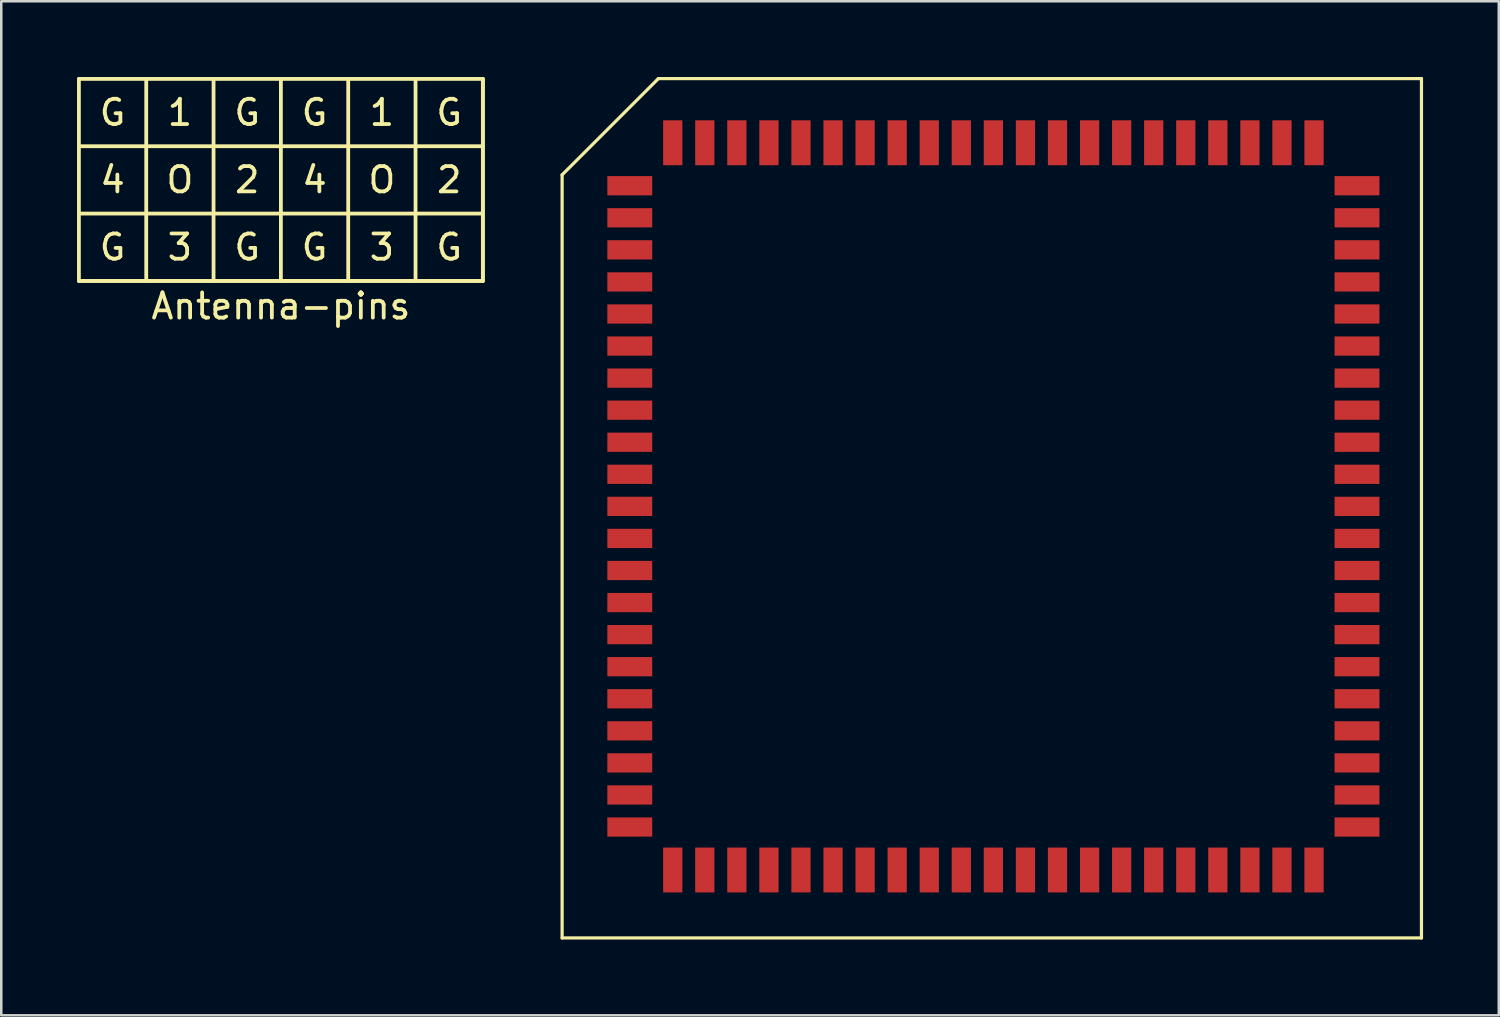
<source format=kicad_pcb>
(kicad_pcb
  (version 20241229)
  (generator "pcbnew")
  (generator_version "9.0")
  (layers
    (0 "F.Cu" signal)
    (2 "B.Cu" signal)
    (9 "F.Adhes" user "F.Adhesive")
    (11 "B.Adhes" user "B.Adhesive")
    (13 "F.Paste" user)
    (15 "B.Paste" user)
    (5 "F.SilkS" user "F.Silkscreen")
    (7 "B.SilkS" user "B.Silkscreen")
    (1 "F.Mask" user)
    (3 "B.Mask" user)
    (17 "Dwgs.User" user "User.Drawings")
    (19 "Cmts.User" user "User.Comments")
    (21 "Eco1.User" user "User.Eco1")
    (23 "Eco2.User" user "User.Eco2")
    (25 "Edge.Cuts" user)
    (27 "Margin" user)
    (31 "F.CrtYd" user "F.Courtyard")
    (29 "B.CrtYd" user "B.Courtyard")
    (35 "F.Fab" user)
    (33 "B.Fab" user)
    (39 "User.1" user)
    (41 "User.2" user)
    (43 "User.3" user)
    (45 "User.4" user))
  (footprint "JLCC84"
    (layer "F.Cu")
    (at 33.438 10.986)
    (property "Reference" "JLCC84" (at 0 0 0) (layer "Cmts.User") (effects (font (size 0.001 0.001) (thickness 0.000001))))
    (attr through_hole)
    (fp_line (start -14.224 -7.112) (end -10.414 -10.922) (stroke (width 0.127) (type solid)) (layer "F.SilkS"))
    (fp_line (start -14.224 23.114) (end -14.224 -7.112) (stroke (width 0.127) (type solid)) (layer "F.SilkS"))
    (fp_line (start -10.414 -10.922) (end 19.812 -10.922) (stroke (width 0.127) (type solid)) (layer "F.SilkS"))
    (fp_line (start 19.812 -10.922) (end 19.812 23.114) (stroke (width 0.127) (type solid)) (layer "F.SilkS"))
    (fp_line (start 19.812 23.114) (end -14.224 23.114) (stroke (width 0.127) (type solid)) (layer "F.SilkS"))
    (fp_text user "JLCC84" (at 0 0 0) (layer "Eco1.User") (effects (font (size 1.27 1.27) (thickness 0.102))))
    (pad "1" smd rect (at -11.544 6.02 90) (size 0.762 1.778) (layers "F.Cu" "F.Mask" "F.Paste"))
    (pad "2" smd rect (at -11.544 7.29 90) (size 0.762 1.778) (layers "F.Cu" "F.Mask" "F.Paste"))
    (pad "3" smd rect (at -11.544 8.56 90) (size 0.762 1.778) (layers "F.Cu" "F.Mask" "F.Paste"))
    (pad "4" smd rect (at -11.544 9.83 90) (size 0.762 1.778) (layers "F.Cu" "F.Mask" "F.Paste"))
    (pad "5" smd rect (at -11.544 11.1 90) (size 0.762 1.778) (layers "F.Cu" "F.Mask" "F.Paste"))
    (pad "6" smd rect (at -11.544 12.37 90) (size 0.762 1.778) (layers "F.Cu" "F.Mask" "F.Paste"))
    (pad "7" smd rect (at -11.544 13.64 90) (size 0.762 1.778) (layers "F.Cu" "F.Mask" "F.Paste"))
    (pad "8" smd rect (at -11.544 14.91 90) (size 0.762 1.778) (layers "F.Cu" "F.Mask" "F.Paste"))
    (pad "9" smd rect (at -11.544 16.18 90) (size 0.762 1.778) (layers "F.Cu" "F.Mask" "F.Paste"))
    (pad "10" smd rect (at -11.544 17.45 90) (size 0.762 1.778) (layers "F.Cu" "F.Mask" "F.Paste"))
    (pad "11" smd rect (at -11.544 18.72 90) (size 0.762 1.778) (layers "F.Cu" "F.Mask" "F.Paste"))
    (pad "12" smd rect (at -9.842 20.422 180) (size 0.762 1.778) (layers "F.Cu" "F.Mask" "F.Paste"))
    (pad "13" smd rect (at -8.572 20.422 180) (size 0.762 1.778) (layers "F.Cu" "F.Mask" "F.Paste"))
    (pad "14" smd rect (at -7.303 20.422 180) (size 0.762 1.778) (layers "F.Cu" "F.Mask" "F.Paste"))
    (pad "15" smd rect (at -6.032 20.422 180) (size 0.762 1.778) (layers "F.Cu" "F.Mask" "F.Paste"))
    (pad "16" smd rect (at -4.763 20.422 180) (size 0.762 1.778) (layers "F.Cu" "F.Mask" "F.Paste"))
    (pad "17" smd rect (at -3.493 20.422 180) (size 0.762 1.778) (layers "F.Cu" "F.Mask" "F.Paste"))
    (pad "18" smd rect (at -2.223 20.422 180) (size 0.762 1.778) (layers "F.Cu" "F.Mask" "F.Paste"))
    (pad "19" smd rect (at -0.953 20.422 180) (size 0.762 1.778) (layers "F.Cu" "F.Mask" "F.Paste"))
    (pad "20" smd rect (at 0.318 20.422 180) (size 0.762 1.778) (layers "F.Cu" "F.Mask" "F.Paste"))
    (pad "21" smd rect (at 1.587 20.422 180) (size 0.762 1.778) (layers "F.Cu" "F.Mask" "F.Paste"))
    (pad "22" smd rect (at 2.857 20.422 180) (size 0.762 1.778) (layers "F.Cu" "F.Mask" "F.Paste"))
    (pad "23" smd rect (at 4.128 20.422 180) (size 0.762 1.778) (layers "F.Cu" "F.Mask" "F.Paste"))
    (pad "24" smd rect (at 5.397 20.422 180) (size 0.762 1.778) (layers "F.Cu" "F.Mask" "F.Paste"))
    (pad "25" smd rect (at 6.668 20.422 180) (size 0.762 1.778) (layers "F.Cu" "F.Mask" "F.Paste"))
    (pad "26" smd rect (at 7.938 20.422 180) (size 0.762 1.778) (layers "F.Cu" "F.Mask" "F.Paste"))
    (pad "27" smd rect (at 9.207 20.422 180) (size 0.762 1.778) (layers "F.Cu" "F.Mask" "F.Paste"))
    (pad "28" smd rect (at 10.477 20.422 180) (size 0.762 1.778) (layers "F.Cu" "F.Mask" "F.Paste"))
    (pad "29" smd rect (at 11.748 20.422 180) (size 0.762 1.778) (layers "F.Cu" "F.Mask" "F.Paste"))
    (pad "30" smd rect (at 13.018 20.422 180) (size 0.762 1.778) (layers "F.Cu" "F.Mask" "F.Paste"))
    (pad "31" smd rect (at 14.287 20.422 180) (size 0.762 1.778) (layers "F.Cu" "F.Mask" "F.Paste"))
    (pad "32" smd rect (at 15.557 20.422 180) (size 0.762 1.778) (layers "F.Cu" "F.Mask" "F.Paste"))
    (pad "33" smd rect (at 17.259 18.72 90) (size 0.762 1.778) (layers "F.Cu" "F.Mask" "F.Paste"))
    (pad "34" smd rect (at 17.259 17.45 90) (size 0.762 1.778) (layers "F.Cu" "F.Mask" "F.Paste"))
    (pad "35" smd rect (at 17.259 16.18 90) (size 0.762 1.778) (layers "F.Cu" "F.Mask" "F.Paste"))
    (pad "36" smd rect (at 17.259 14.91 90) (size 0.762 1.778) (layers "F.Cu" "F.Mask" "F.Paste"))
    (pad "37" smd rect (at 17.259 13.64 90) (size 0.762 1.778) (layers "F.Cu" "F.Mask" "F.Paste"))
    (pad "38" smd rect (at 17.259 12.37 90) (size 0.762 1.778) (layers "F.Cu" "F.Mask" "F.Paste"))
    (pad "39" smd rect (at 17.259 11.1 90) (size 0.762 1.778) (layers "F.Cu" "F.Mask" "F.Paste"))
    (pad "40" smd rect (at 17.259 9.83 90) (size 0.762 1.778) (layers "F.Cu" "F.Mask" "F.Paste"))
    (pad "41" smd rect (at 17.259 8.56 90) (size 0.762 1.778) (layers "F.Cu" "F.Mask" "F.Paste"))
    (pad "42" smd rect (at 17.259 7.29 90) (size 0.762 1.778) (layers "F.Cu" "F.Mask" "F.Paste"))
    (pad "43" smd rect (at 17.259 6.02 90) (size 0.762 1.778) (layers "F.Cu" "F.Mask" "F.Paste"))
    (pad "44" smd rect (at 17.259 4.75 90) (size 0.762 1.778) (layers "F.Cu" "F.Mask" "F.Paste"))
    (pad "45" smd rect (at 17.259 3.48 90) (size 0.762 1.778) (layers "F.Cu" "F.Mask" "F.Paste"))
    (pad "46" smd rect (at 17.259 2.21 90) (size 0.762 1.778) (layers "F.Cu" "F.Mask" "F.Paste"))
    (pad "47" smd rect (at 17.259 0.94 90) (size 0.762 1.778) (layers "F.Cu" "F.Mask" "F.Paste"))
    (pad "48" smd rect (at 17.259 -0.33 90) (size 0.762 1.778) (layers "F.Cu" "F.Mask" "F.Paste"))
    (pad "49" smd rect (at 17.259 -1.6 90) (size 0.762 1.778) (layers "F.Cu" "F.Mask" "F.Paste"))
    (pad "50" smd rect (at 17.259 -2.87 90) (size 0.762 1.778) (layers "F.Cu" "F.Mask" "F.Paste"))
    (pad "51" smd rect (at 17.259 -4.14 90) (size 0.762 1.778) (layers "F.Cu" "F.Mask" "F.Paste"))
    (pad "52" smd rect (at 17.259 -5.41 90) (size 0.762 1.778) (layers "F.Cu" "F.Mask" "F.Paste"))
    (pad "53" smd rect (at 17.259 -6.68 90) (size 0.762 1.778) (layers "F.Cu" "F.Mask" "F.Paste"))
    (pad "54" smd rect (at 15.557 -8.382 180) (size 0.762 1.778) (layers "F.Cu" "F.Mask" "F.Paste"))
    (pad "55" smd rect (at 14.287 -8.382 180) (size 0.762 1.778) (layers "F.Cu" "F.Mask" "F.Paste"))
    (pad "56" smd rect (at 13.018 -8.382 180) (size 0.762 1.778) (layers "F.Cu" "F.Mask" "F.Paste"))
    (pad "57" smd rect (at 11.748 -8.382 180) (size 0.762 1.778) (layers "F.Cu" "F.Mask" "F.Paste"))
    (pad "58" smd rect (at 10.477 -8.382 180) (size 0.762 1.778) (layers "F.Cu" "F.Mask" "F.Paste"))
    (pad "59" smd rect (at 9.207 -8.382 180) (size 0.762 1.778) (layers "F.Cu" "F.Mask" "F.Paste"))
    (pad "60" smd rect (at 7.938 -8.382 180) (size 0.762 1.778) (layers "F.Cu" "F.Mask" "F.Paste"))
    (pad "61" smd rect (at 6.668 -8.382 180) (size 0.762 1.778) (layers "F.Cu" "F.Mask" "F.Paste"))
    (pad "62" smd rect (at 5.397 -8.382 180) (size 0.762 1.778) (layers "F.Cu" "F.Mask" "F.Paste"))
    (pad "63" smd rect (at 4.128 -8.382 180) (size 0.762 1.778) (layers "F.Cu" "F.Mask" "F.Paste"))
    (pad "64" smd rect (at 2.857 -8.382 180) (size 0.762 1.778) (layers "F.Cu" "F.Mask" "F.Paste"))
    (pad "65" smd rect (at 1.587 -8.382 180) (size 0.762 1.778) (layers "F.Cu" "F.Mask" "F.Paste"))
    (pad "66" smd rect (at 0.318 -8.382 180) (size 0.762 1.778) (layers "F.Cu" "F.Mask" "F.Paste"))
    (pad "67" smd rect (at -0.953 -8.382 180) (size 0.762 1.778) (layers "F.Cu" "F.Mask" "F.Paste"))
    (pad "68" smd rect (at -2.223 -8.382 180) (size 0.762 1.778) (layers "F.Cu" "F.Mask" "F.Paste"))
    (pad "69" smd rect (at -3.493 -8.382 180) (size 0.762 1.778) (layers "F.Cu" "F.Mask" "F.Paste"))
    (pad "70" smd rect (at -4.763 -8.382 180) (size 0.762 1.778) (layers "F.Cu" "F.Mask" "F.Paste"))
    (pad "71" smd rect (at -6.032 -8.382 180) (size 0.762 1.778) (layers "F.Cu" "F.Mask" "F.Paste"))
    (pad "72" smd rect (at -7.303 -8.382 180) (size 0.762 1.778) (layers "F.Cu" "F.Mask" "F.Paste"))
    (pad "73" smd rect (at -8.572 -8.382 180) (size 0.762 1.778) (layers "F.Cu" "F.Mask" "F.Paste"))
    (pad "74" smd rect (at -9.842 -8.382 180) (size 0.762 1.778) (layers "F.Cu" "F.Mask" "F.Paste"))
    (pad "75" smd rect (at -11.544 -6.68 90) (size 0.762 1.778) (layers "F.Cu" "F.Mask" "F.Paste"))
    (pad "76" smd rect (at -11.544 -5.41 90) (size 0.762 1.778) (layers "F.Cu" "F.Mask" "F.Paste"))
    (pad "77" smd rect (at -11.544 -4.14 90) (size 0.762 1.778) (layers "F.Cu" "F.Mask" "F.Paste"))
    (pad "78" smd rect (at -11.544 -2.87 90) (size 0.762 1.778) (layers "F.Cu" "F.Mask" "F.Paste"))
    (pad "79" smd rect (at -11.544 -1.6 90) (size 0.762 1.778) (layers "F.Cu" "F.Mask" "F.Paste"))
    (pad "80" smd rect (at -11.544 -0.33 90) (size 0.762 1.778) (layers "F.Cu" "F.Mask" "F.Paste"))
    (pad "81" smd rect (at -11.544 0.94 90) (size 0.762 1.778) (layers "F.Cu" "F.Mask" "F.Paste"))
    (pad "82" smd rect (at -11.544 2.21 90) (size 0.762 1.778) (layers "F.Cu" "F.Mask" "F.Paste"))
    (pad "83" smd rect (at -11.544 3.48 90) (size 0.762 1.778) (layers "F.Cu" "F.Mask" "F.Paste"))
    (pad "84" smd rect (at -11.544 4.75 90) (size 0.762 1.778) (layers "F.Cu" "F.Mask" "F.Paste")))
  (footprint "Antenna-pins"
    (layer "F.Cu")
    (at 8.075 4.075)
    (property "Reference" "Antenna-pins" (at 0 5 0) (layer "F.SilkS") (effects (font (size 1 1) (thickness 0.15))))
    (attr through_hole)
    (fp_line (start -8 -4) (end -8 4) (stroke (width 0.15) (type solid)) (layer "F.SilkS"))
    (fp_line (start -8 -1.333) (end 8 -1.333) (stroke (width 0.15) (type solid)) (layer "F.SilkS"))
    (fp_line (start -8 1.333) (end 8 1.333) (stroke (width 0.15) (type solid)) (layer "F.SilkS"))
    (fp_line (start -8 4) (end 8 4) (stroke (width 0.15) (type solid)) (layer "F.SilkS"))
    (fp_line (start -8 4) (end 8 4) (stroke (width 0.15) (type solid)) (layer "F.SilkS"))
    (fp_line (start -5.333 4) (end -5.333 -4) (stroke (width 0.15) (type solid)) (layer "F.SilkS"))
    (fp_line (start -2.667 4) (end -2.667 -4) (stroke (width 0.15) (type solid)) (layer "F.SilkS"))
    (fp_line (start 0 4) (end 0 -4) (stroke (width 0.15) (type solid)) (layer "F.SilkS"))
    (fp_line (start 2.667 4) (end 2.667 -4) (stroke (width 0.15) (type solid)) (layer "F.SilkS"))
    (fp_line (start 5.333 4) (end 5.333 -4) (stroke (width 0.15) (type solid)) (layer "F.SilkS"))
    (fp_line (start 8 -4) (end -8 -4) (stroke (width 0.15) (type solid)) (layer "F.SilkS"))
    (fp_line (start 8 4) (end 8 -4) (stroke (width 0.15) (type solid)) (layer "F.SilkS"))
    (fp_line (start 8 4) (end 8 -4) (stroke (width 0.15) (type solid)) (layer "F.SilkS"))
    (fp_text user "G" (at 6.667 2.667 0) (layer "F.SilkS") (effects (font (size 1 1) (thickness 0.15))))
    (fp_text user "4" (at 1.333 0 0) (layer "F.SilkS") (effects (font (size 1 1) (thickness 0.15))))
    (fp_text user "2" (at 6.667 0 0) (layer "F.SilkS") (effects (font (size 1 1) (thickness 0.15))))
    (fp_text user "G" (at 1.333 -2.667 0) (layer "F.SilkS") (effects (font (size 1 1) (thickness 0.15))))
    (fp_text user "G" (at -1.333 -2.667 0) (layer "F.SilkS") (effects (font (size 1 1) (thickness 0.15))))
    (fp_text user "2" (at -1.333 0 0) (layer "F.SilkS") (effects (font (size 1 1) (thickness 0.15))))
    (fp_text user "G" (at -6.667 -2.667 0) (layer "F.SilkS") (effects (font (size 1 1) (thickness 0.15))))
    (fp_text user "G" (at -6.667 2.667 0) (layer "F.SilkS") (effects (font (size 1 1) (thickness 0.15))))
    (fp_text user "3" (at 4 2.667 0) (layer "F.SilkS") (effects (font (size 1 1) (thickness 0.15))))
    (fp_text user "4" (at -6.667 0 0) (layer "F.SilkS") (effects (font (size 1 1) (thickness 0.15))))
    (fp_text user "G" (at 1.333 2.667 0) (layer "F.SilkS") (effects (font (size 1 1) (thickness 0.15))))
    (fp_text user "G" (at 6.667 -2.667 0) (layer "F.SilkS") (effects (font (size 1 1) (thickness 0.15))))
    (fp_text user "O" (at -4 0 0) (layer "F.SilkS") (effects (font (size 1 1) (thickness 0.15))))
    (fp_text user "G" (at -1.333 2.667 0) (layer "F.SilkS") (effects (font (size 1 1) (thickness 0.15))))
    (fp_text user "1" (at 4 -2.667 0) (layer "F.SilkS") (effects (font (size 1 1) (thickness 0.15))))
    (fp_text user "1" (at -4 -2.667 0) (layer "F.SilkS") (effects (font (size 1 1) (thickness 0.15))))
    (fp_text user "O" (at 4 0 0) (layer "F.SilkS") (effects (font (size 1 1) (thickness 0.15))))
    (fp_text user "3" (at -4 2.667 0) (layer "F.SilkS") (effects (font (size 1 1) (thickness 0.15)))))
  (gr_rect
    (start -3 -3)
    (end 56.313 37.163)
    (stroke (width 0.1) (type default))
    (fill no)
    (layer "Edge.Cuts")))
</source>
